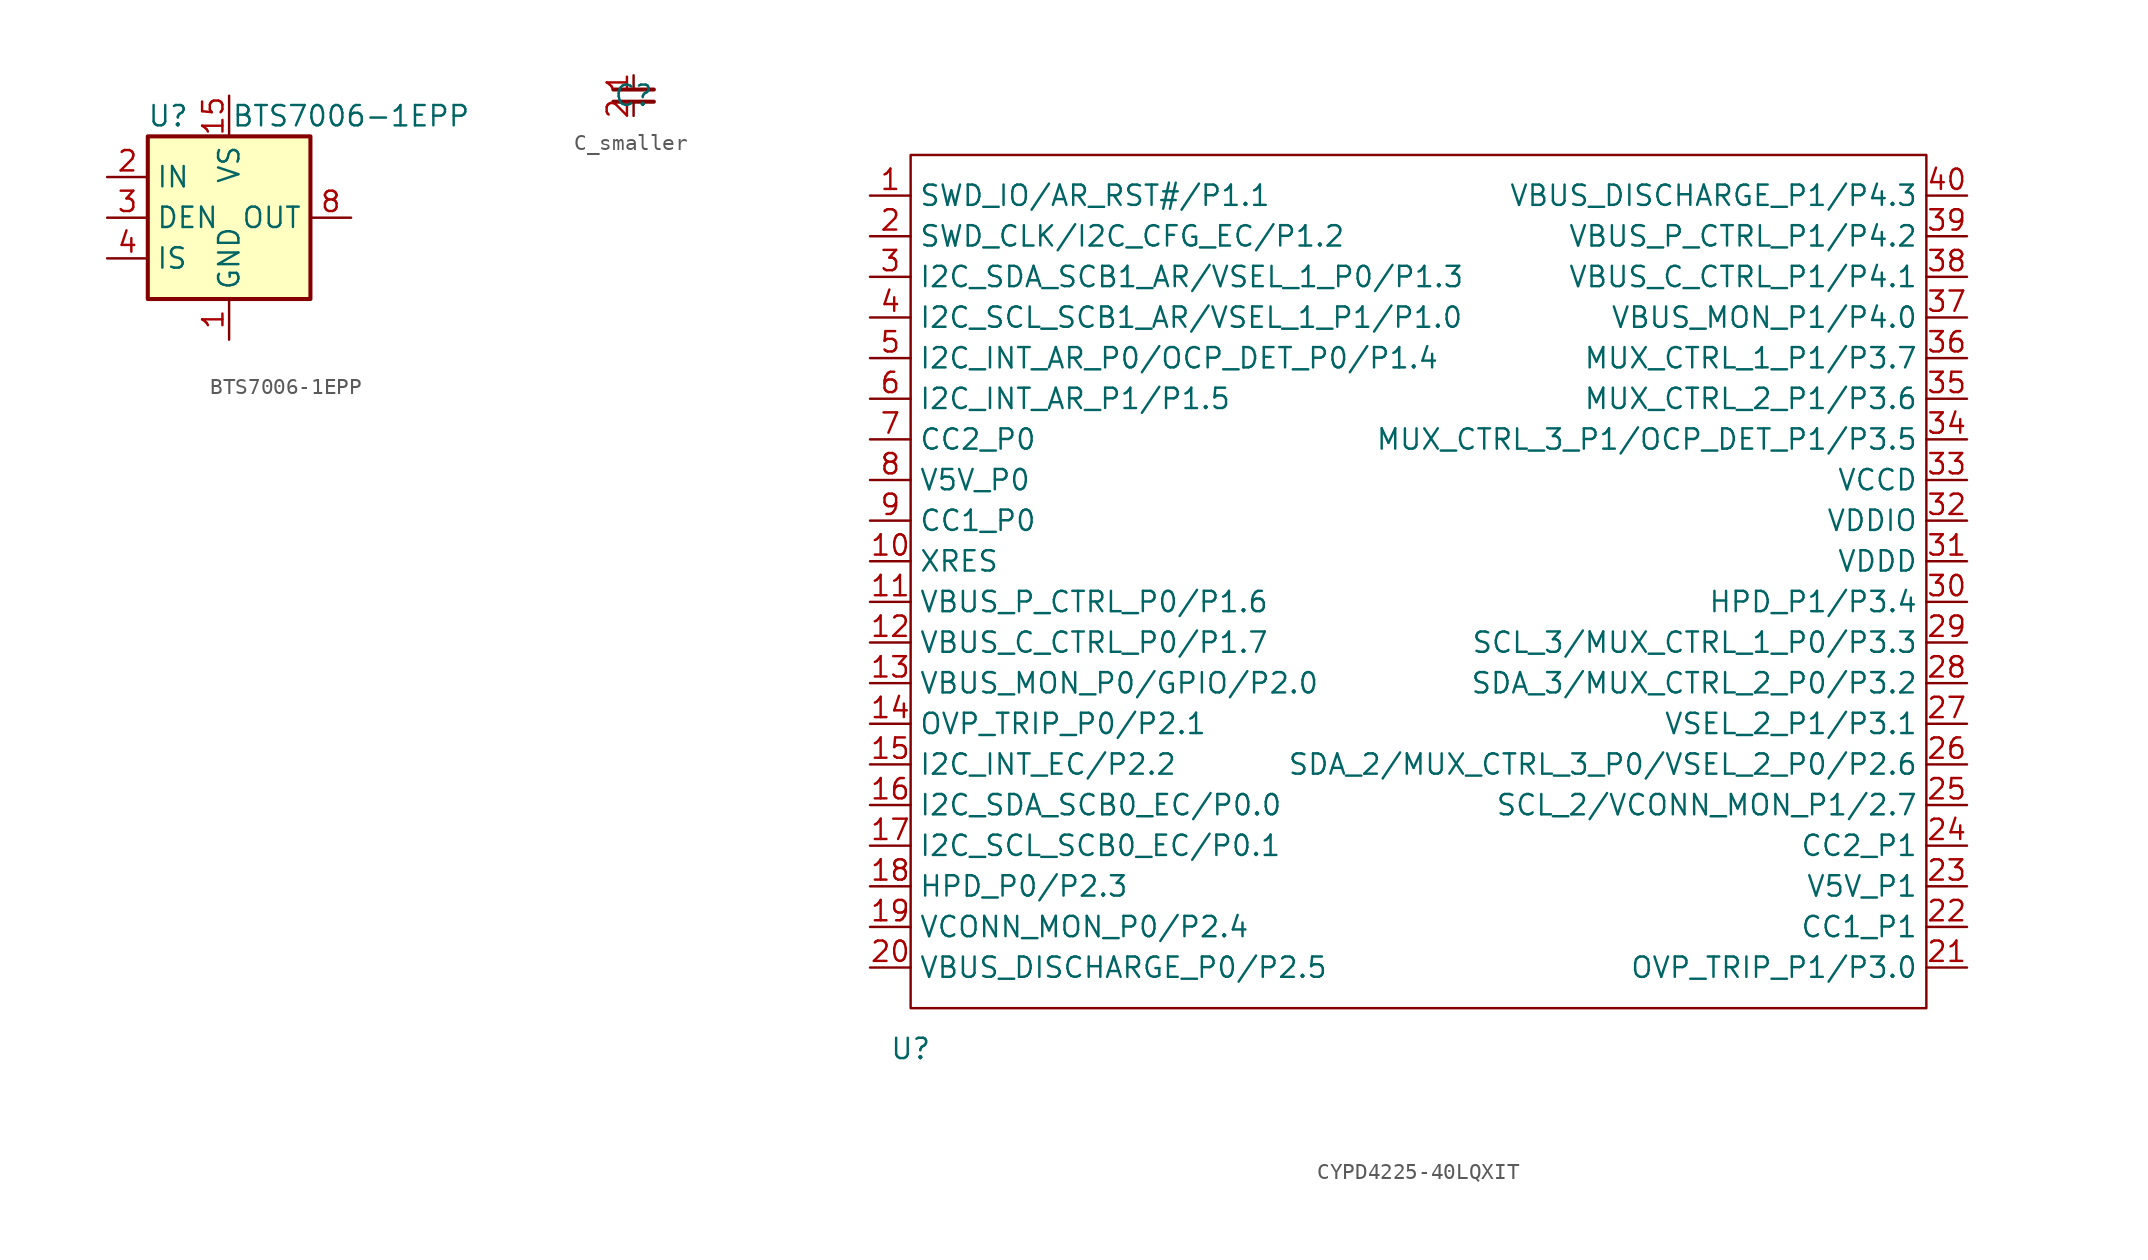
<source format=kicad_sym>
(kicad_symbol_lib
  (version 20231120)
  (generator "kicad_symbol_editor")
  (generator_version "8.0")
  (symbol "BTS7006-1EPP"
    (property "Reference" "U"
      (at -3.81 6.35 0)
      (effects (font (size 1.27 1.27))))
    (property "Value" "BTS7006-1EPP"
      (at 7.62 6.35 0)
      (effects (font (size 1.27 1.27))))
    (symbol "BTS7006-1EPP_0_1"
      (rectangle (start -5.08 5.08) (end 5.08 -5.08) (stroke (width 0.254) (type default)) (fill (type background))))
    (symbol "BTS7006-1EPP_1_1"
      (pin power_in line (at 0 -7.62 90) (length 2.54) (name "GND" (effects (font (size 1.27 1.27)))) (number "1" (effects (font (size 1.27 1.27)))))
      (pin passive line (at 7.62 0 180) (length 2.54) hide (name "OUT" (effects (font (size 1.27 1.27)))) (number "10" (effects (font (size 1.27 1.27)))))
      (pin no_connect line (at 5.08 -5.08 180) (length 2.54) hide (name "NC" (effects (font (size 1.27 1.27)))) (number "11" (effects (font (size 1.27 1.27)))))
      (pin passive line (at 7.62 0 180) (length 2.54) hide (name "OUT" (effects (font (size 1.27 1.27)))) (number "12" (effects (font (size 1.27 1.27)))))
      (pin passive line (at 7.62 0 180) (length 2.54) hide (name "OUT" (effects (font (size 1.27 1.27)))) (number "13" (effects (font (size 1.27 1.27)))))
      (pin passive line (at 7.62 0 180) (length 2.54) hide (name "OUT" (effects (font (size 1.27 1.27)))) (number "14" (effects (font (size 1.27 1.27)))))
      (pin power_in line (at 0 7.62 270) (length 2.54) (name "VS" (effects (font (size 1.27 1.27)))) (number "15" (effects (font (size 1.27 1.27)))))
      (pin input line (at -7.62 2.54 0) (length 2.54) (name "IN" (effects (font (size 1.27 1.27)))) (number "2" (effects (font (size 1.27 1.27)))))
      (pin input line (at -7.62 0 0) (length 2.54) (name "DEN" (effects (font (size 1.27 1.27)))) (number "3" (effects (font (size 1.27 1.27)))))
      (pin output line (at -7.62 -2.54 0) (length 2.54) (name "IS" (effects (font (size 1.27 1.27)))) (number "4" (effects (font (size 1.27 1.27)))))
      (pin no_connect line (at 5.08 5.08 180) (length 2.54) hide (name "NC" (effects (font (size 1.27 1.27)))) (number "5" (effects (font (size 1.27 1.27)))))
      (pin no_connect line (at 5.08 2.54 180) (length 2.54) hide (name "NC" (effects (font (size 1.27 1.27)))) (number "6" (effects (font (size 1.27 1.27)))))
      (pin no_connect line (at 5.08 -2.54 180) (length 2.54) hide (name "NC" (effects (font (size 1.27 1.27)))) (number "7" (effects (font (size 1.27 1.27)))))
      (pin power_out line (at 7.62 0 180) (length 2.54) (name "OUT" (effects (font (size 1.27 1.27)))) (number "8" (effects (font (size 1.27 1.27)))))
      (pin passive line (at 7.62 0 180) (length 2.54) hide (name "OUT" (effects (font (size 1.27 1.27)))) (number "9" (effects (font (size 1.27 1.27)))))))
  (symbol "C_smaller"
    (property "Reference" "C"
      (at 0 0 0)
      (effects (font (size 1.27 1.27))))
    (property "Value" ""
      (at 0 0 0)
      (effects (font (size 1.27 1.27))))
    (symbol "C_smaller_1_1"
      (polyline (pts (xy 1.27 -0.381) (xy -1.27 -0.381)) (stroke (width 0.254) (type default)) (fill (type none)))
      (polyline (pts (xy 1.27 0.381) (xy -1.27 0.381)) (stroke (width 0.254) (type default)) (fill (type none)))
      (pin passive line (at 0 1.27 270) (length 0.889) (name "~" (effects (font (size 1.27 1.27)))) (number "1" (effects (font (size 1.27 1.27)))))
      (pin passive line (at 0 -1.27 90) (length 0.889) (name "~" (effects (font (size 1.27 1.27)))) (number "2" (effects (font (size 1.27 1.27)))))))
  (symbol "CYPD4225-40LQXIT"
    (property "Reference" "U"
      (at 0 -2.54 0)
      (effects (font (size 1.27 1.27))))
    (property "Value" ""
      (at 0 -2.54 0)
      (effects (font (size 1.27 1.27))))
    (symbol "CYPD4225-40LQXIT_0_1"
      (rectangle (start 0 53.34) (end 63.5 0) (stroke (width 0) (type default)) (fill (type none))))
    (symbol "CYPD4225-40LQXIT_1_1"
      (pin input line (at -2.54 50.8 0) (length 2.54) (name "SWD_IO/AR_RST#/P1.1" (effects (font (size 1.27 1.27)))) (number "1" (effects (font (size 1.27 1.27)))))
      (pin input line (at -2.54 27.94 0) (length 2.54) (name "XRES" (effects (font (size 1.27 1.27)))) (number "10" (effects (font (size 1.27 1.27)))))
      (pin input line (at -2.54 25.4 0) (length 2.54) (name "VBUS_P_CTRL_P0/P1.6" (effects (font (size 1.27 1.27)))) (number "11" (effects (font (size 1.27 1.27)))))
      (pin input line (at -2.54 22.86 0) (length 2.54) (name "VBUS_C_CTRL_P0/P1.7" (effects (font (size 1.27 1.27)))) (number "12" (effects (font (size 1.27 1.27)))))
      (pin input line (at -2.54 20.32 0) (length 2.54) (name "VBUS_MON_P0/GPIO/P2.0" (effects (font (size 1.27 1.27)))) (number "13" (effects (font (size 1.27 1.27)))))
      (pin input line (at -2.54 17.78 0) (length 2.54) (name "OVP_TRIP_P0/P2.1" (effects (font (size 1.27 1.27)))) (number "14" (effects (font (size 1.27 1.27)))))
      (pin input line (at -2.54 15.24 0) (length 2.54) (name "I2C_INT_EC/P2.2" (effects (font (size 1.27 1.27)))) (number "15" (effects (font (size 1.27 1.27)))))
      (pin input line (at -2.54 12.7 0) (length 2.54) (name "I2C_SDA_SCB0_EC/P0.0" (effects (font (size 1.27 1.27)))) (number "16" (effects (font (size 1.27 1.27)))))
      (pin input line (at -2.54 10.16 0) (length 2.54) (name "I2C_SCL_SCB0_EC/P0.1" (effects (font (size 1.27 1.27)))) (number "17" (effects (font (size 1.27 1.27)))))
      (pin input line (at -2.54 7.62 0) (length 2.54) (name "HPD_P0/P2.3" (effects (font (size 1.27 1.27)))) (number "18" (effects (font (size 1.27 1.27)))))
      (pin input line (at -2.54 5.08 0) (length 2.54) (name "VCONN_MON_P0/P2.4" (effects (font (size 1.27 1.27)))) (number "19" (effects (font (size 1.27 1.27)))))
      (pin input line (at -2.54 48.26 0) (length 2.54) (name "SWD_CLK/I2C_CFG_EC/P1.2" (effects (font (size 1.27 1.27)))) (number "2" (effects (font (size 1.27 1.27)))))
      (pin input line (at -2.54 2.54 0) (length 2.54) (name "VBUS_DISCHARGE_P0/P2.5" (effects (font (size 1.27 1.27)))) (number "20" (effects (font (size 1.27 1.27)))))
      (pin input line (at 66.04 2.54 180) (length 2.54) (name "OVP_TRIP_P1/P3.0" (effects (font (size 1.27 1.27)))) (number "21" (effects (font (size 1.27 1.27)))))
      (pin input line (at 66.04 5.08 180) (length 2.54) (name "CC1_P1" (effects (font (size 1.27 1.27)))) (number "22" (effects (font (size 1.27 1.27)))))
      (pin input line (at 66.04 7.62 180) (length 2.54) (name "V5V_P1" (effects (font (size 1.27 1.27)))) (number "23" (effects (font (size 1.27 1.27)))))
      (pin input line (at 66.04 10.16 180) (length 2.54) (name "CC2_P1" (effects (font (size 1.27 1.27)))) (number "24" (effects (font (size 1.27 1.27)))))
      (pin input line (at 66.04 12.7 180) (length 2.54) (name "SCL_2/VCONN_MON_P1/2.7" (effects (font (size 1.27 1.27)))) (number "25" (effects (font (size 1.27 1.27)))))
      (pin input line (at 66.04 15.24 180) (length 2.54) (name "SDA_2/MUX_CTRL_3_P0/VSEL_2_P0/P2.6" (effects (font (size 1.27 1.27)))) (number "26" (effects (font (size 1.27 1.27)))))
      (pin input line (at 66.04 17.78 180) (length 2.54) (name "VSEL_2_P1/P3.1" (effects (font (size 1.27 1.27)))) (number "27" (effects (font (size 1.27 1.27)))))
      (pin input line (at 66.04 20.32 180) (length 2.54) (name "SDA_3/MUX_CTRL_2_P0/P3.2" (effects (font (size 1.27 1.27)))) (number "28" (effects (font (size 1.27 1.27)))))
      (pin input line (at 66.04 22.86 180) (length 2.54) (name "SCL_3/MUX_CTRL_1_P0/P3.3" (effects (font (size 1.27 1.27)))) (number "29" (effects (font (size 1.27 1.27)))))
      (pin input line (at -2.54 45.72 0) (length 2.54) (name "I2C_SDA_SCB1_AR/VSEL_1_P0/P1.3" (effects (font (size 1.27 1.27)))) (number "3" (effects (font (size 1.27 1.27)))))
      (pin input line (at 66.04 25.4 180) (length 2.54) (name "HPD_P1/P3.4" (effects (font (size 1.27 1.27)))) (number "30" (effects (font (size 1.27 1.27)))))
      (pin input line (at 66.04 27.94 180) (length 2.54) (name "VDDD" (effects (font (size 1.27 1.27)))) (number "31" (effects (font (size 1.27 1.27)))))
      (pin input line (at 66.04 30.48 180) (length 2.54) (name "VDDIO" (effects (font (size 1.27 1.27)))) (number "32" (effects (font (size 1.27 1.27)))))
      (pin input line (at 66.04 33.02 180) (length 2.54) (name "VCCD" (effects (font (size 1.27 1.27)))) (number "33" (effects (font (size 1.27 1.27)))))
      (pin input line (at 66.04 35.56 180) (length 2.54) (name "MUX_CTRL_3_P1/OCP_DET_P1/P3.5" (effects (font (size 1.27 1.27)))) (number "34" (effects (font (size 1.27 1.27)))))
      (pin input line (at 66.04 38.1 180) (length 2.54) (name "MUX_CTRL_2_P1/P3.6" (effects (font (size 1.27 1.27)))) (number "35" (effects (font (size 1.27 1.27)))))
      (pin input line (at 66.04 40.64 180) (length 2.54) (name "MUX_CTRL_1_P1/P3.7" (effects (font (size 1.27 1.27)))) (number "36" (effects (font (size 1.27 1.27)))))
      (pin input line (at 66.04 43.18 180) (length 2.54) (name "VBUS_MON_P1/P4.0" (effects (font (size 1.27 1.27)))) (number "37" (effects (font (size 1.27 1.27)))))
      (pin input line (at 66.04 45.72 180) (length 2.54) (name "VBUS_C_CTRL_P1/P4.1" (effects (font (size 1.27 1.27)))) (number "38" (effects (font (size 1.27 1.27)))))
      (pin input line (at 66.04 48.26 180) (length 2.54) (name "VBUS_P_CTRL_P1/P4.2" (effects (font (size 1.27 1.27)))) (number "39" (effects (font (size 1.27 1.27)))))
      (pin input line (at -2.54 43.18 0) (length 2.54) (name "I2C_SCL_SCB1_AR/VSEL_1_P1/P1.0" (effects (font (size 1.27 1.27)))) (number "4" (effects (font (size 1.27 1.27)))))
      (pin input line (at 66.04 50.8 180) (length 2.54) (name "VBUS_DISCHARGE_P1/P4.3" (effects (font (size 1.27 1.27)))) (number "40" (effects (font (size 1.27 1.27)))))
      (pin input line (at -2.54 40.64 0) (length 2.54) (name "I2C_INT_AR_P0/OCP_DET_P0/P1.4" (effects (font (size 1.27 1.27)))) (number "5" (effects (font (size 1.27 1.27)))))
      (pin input line (at -2.54 38.1 0) (length 2.54) (name "I2C_INT_AR_P1/P1.5" (effects (font (size 1.27 1.27)))) (number "6" (effects (font (size 1.27 1.27)))))
      (pin input line (at -2.54 35.56 0) (length 2.54) (name "CC2_P0" (effects (font (size 1.27 1.27)))) (number "7" (effects (font (size 1.27 1.27)))))
      (pin input line (at -2.54 33.02 0) (length 2.54) (name "V5V_P0" (effects (font (size 1.27 1.27)))) (number "8" (effects (font (size 1.27 1.27)))))
      (pin input line (at -2.54 30.48 0) (length 2.54) (name "CC1_P0" (effects (font (size 1.27 1.27)))) (number "9" (effects (font (size 1.27 1.27))))))))
</source>
